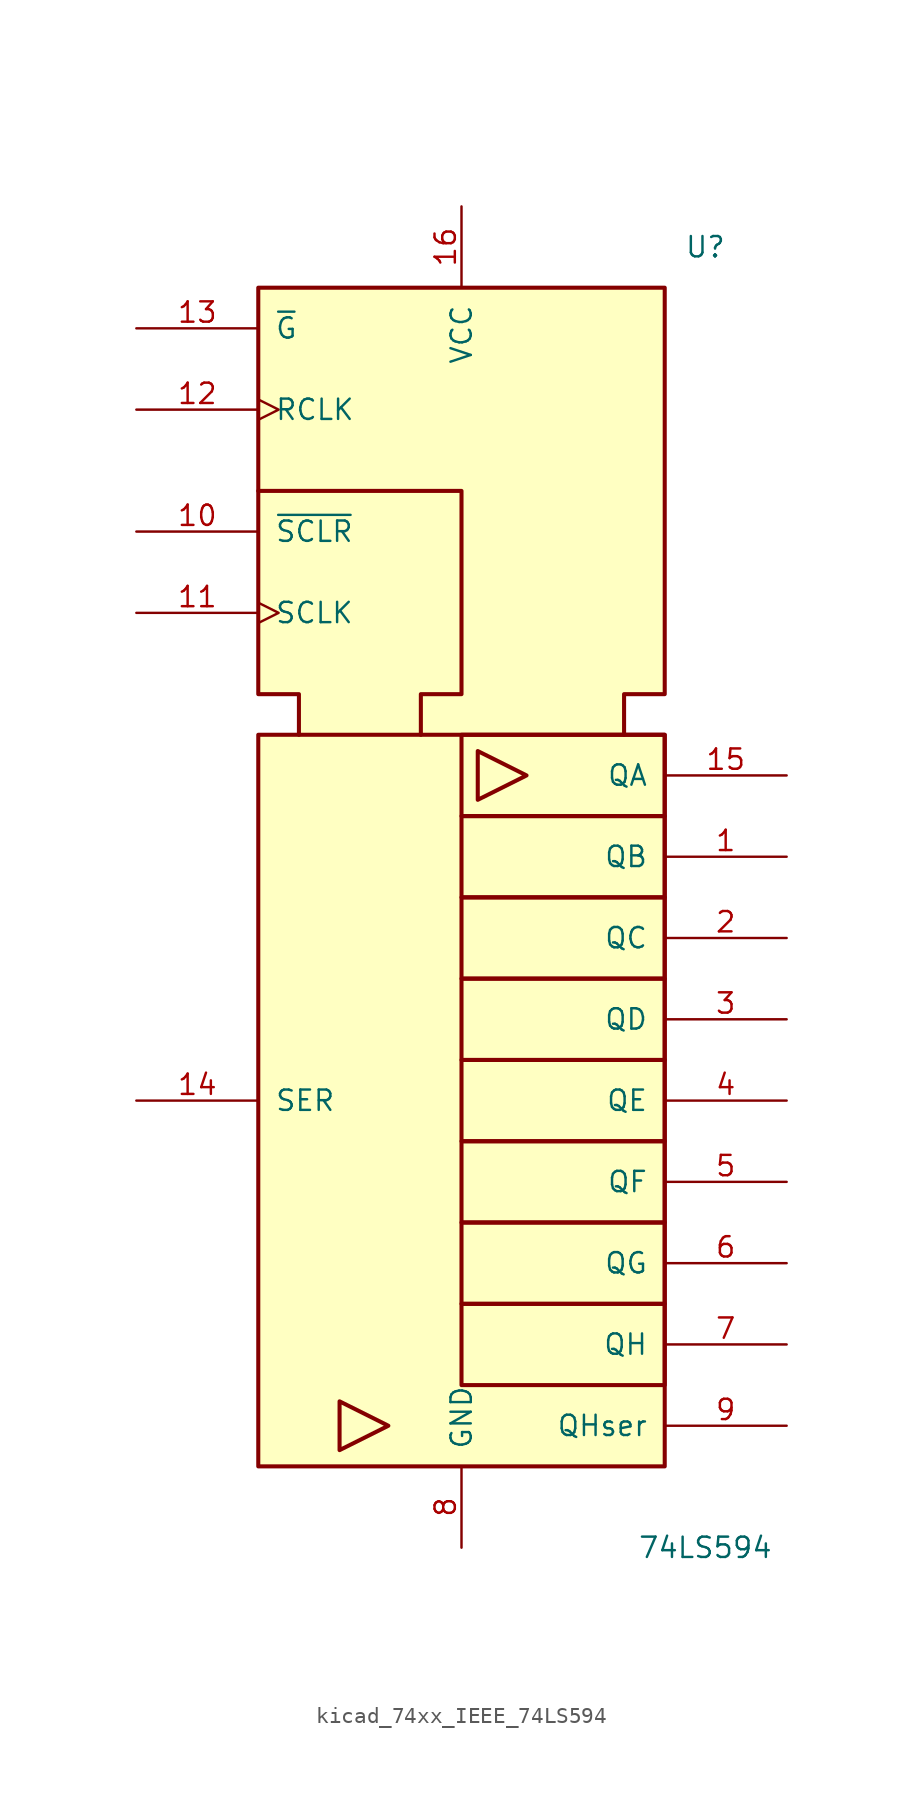
<source format=kicad_sym>
(kicad_symbol_lib
  (version 20220914)
  (generator kicad_symbol_editor)
  (symbol "kicad_74xx_IEEE_74LS594"
    (pin_names
      (offset 1.016))
    (property "Reference" "U"
      (at 15.24 33.02 0)
      (effects (font (size 1.27 1.27))))
    (property "Value" "74LS594"
      (at 15.24 -48.26 0)
      (effects (font (size 1.27 1.27))))
    (symbol "kicad_74xx_IEEE_74LS594_0_0"
      (rectangle (start -12.7 2.54) (end 12.7 -43.18) (stroke (width 0.254) (type default)) (fill (type background)))
      (rectangle (start 0 -33.02) (end 12.7 -38.1) (stroke (width 0.254) (type default)) (fill (type background)))
      (rectangle (start 0 -27.94) (end 12.7 -33.02) (stroke (width 0.254) (type default)) (fill (type background)))
      (rectangle (start 0 -22.86) (end 12.7 -27.94) (stroke (width 0.254) (type default)) (fill (type background)))
      (rectangle (start 0 -17.78) (end 12.7 -22.86) (stroke (width 0.254) (type default)) (fill (type background)))
      (rectangle (start 0 -12.7) (end 12.7 -17.78) (stroke (width 0.254) (type default)) (fill (type background)))
      (rectangle (start 0 -7.62) (end 12.7 -12.7) (stroke (width 0.254) (type default)) (fill (type background)))
      (rectangle (start 0 -2.54) (end 12.7 -7.62) (stroke (width 0.254) (type default)) (fill (type background)))
      (polyline (pts (xy -4.572 -40.64) (xy -7.62 -39.116) (xy -7.62 -42.164) (xy -4.572 -40.64) (xy -4.572 -40.64)) (stroke (width 0.254) (type default)) (fill (type background)))
      (polyline (pts (xy 1.016 1.524) (xy 1.016 -1.524) (xy 4.064 0) (xy 1.016 1.524) (xy 1.016 1.524)) (stroke (width 0.254) (type default)) (fill (type background)))
      (polyline (pts (xy -12.7 17.78) (xy 0 17.78) (xy 0 5.08) (xy -2.54 5.08) (xy -2.54 2.54) (xy -2.54 2.54)) (stroke (width 0.254) (type default)) (fill (type background)))
      (polyline (pts (xy -10.16 2.54) (xy -10.16 5.08) (xy -12.7 5.08) (xy -12.7 30.48) (xy 12.7 30.48) (xy 12.7 5.08) (xy 10.16 5.08) (xy 10.16 2.54) (xy 10.16 2.54)) (stroke (width 0.254) (type default)) (fill (type background)))
      (rectangle (start 0 2.54) (end 12.7 -2.54) (stroke (width 0.254) (type default)) (fill (type background))))
    (symbol "kicad_74xx_IEEE_74LS594_0_1"
      (pin power_in line (at 0 -48.26 90) (length 5.08) (name "GND" (effects (font (size 1.27 1.27)))) (number "8" (effects (font (size 1.27 1.27))))))
    (symbol "kicad_74xx_IEEE_74LS594_1_1"
      (pin tri_state line (at 20.32 -5.08 180) (length 7.62) (name "QB" (effects (font (size 1.27 1.27)))) (number "1" (effects (font (size 1.27 1.27)))))
      (pin input line (at -20.32 15.24 0) (length 7.62) (name "~{SCLR}" (effects (font (size 1.27 1.27)))) (number "10" (effects (font (size 1.27 1.27)))))
      (pin input clock (at -20.32 10.16 0) (length 7.62) (name "SCLK" (effects (font (size 1.27 1.27)))) (number "11" (effects (font (size 1.27 1.27)))))
      (pin input clock (at -20.32 22.86 0) (length 7.62) (name "RCLK" (effects (font (size 1.27 1.27)))) (number "12" (effects (font (size 1.27 1.27)))))
      (pin input line (at -20.32 27.94 0) (length 7.62) (name "~{G}" (effects (font (size 1.27 1.27)))) (number "13" (effects (font (size 1.27 1.27)))))
      (pin input line (at -20.32 -20.32 0) (length 7.62) (name "SER" (effects (font (size 1.27 1.27)))) (number "14" (effects (font (size 1.27 1.27)))))
      (pin tri_state line (at 20.32 0 180) (length 7.62) (name "QA" (effects (font (size 1.27 1.27)))) (number "15" (effects (font (size 1.27 1.27)))))
      (pin power_in line (at 0 35.56 270) (length 5.08) (name "VCC" (effects (font (size 1.27 1.27)))) (number "16" (effects (font (size 1.27 1.27)))))
      (pin tri_state line (at 20.32 -10.16 180) (length 7.62) (name "QC" (effects (font (size 1.27 1.27)))) (number "2" (effects (font (size 1.27 1.27)))))
      (pin tri_state line (at 20.32 -15.24 180) (length 7.62) (name "QD" (effects (font (size 1.27 1.27)))) (number "3" (effects (font (size 1.27 1.27)))))
      (pin tri_state line (at 20.32 -20.32 180) (length 7.62) (name "QE" (effects (font (size 1.27 1.27)))) (number "4" (effects (font (size 1.27 1.27)))))
      (pin tri_state line (at 20.32 -25.4 180) (length 7.62) (name "QF" (effects (font (size 1.27 1.27)))) (number "5" (effects (font (size 1.27 1.27)))))
      (pin tri_state line (at 20.32 -30.48 180) (length 7.62) (name "QG" (effects (font (size 1.27 1.27)))) (number "6" (effects (font (size 1.27 1.27)))))
      (pin tri_state line (at 20.32 -35.56 180) (length 7.62) (name "QH" (effects (font (size 1.27 1.27)))) (number "7" (effects (font (size 1.27 1.27)))))
      (pin output line (at 20.32 -40.64 180) (length 7.62) (name "QHser" (effects (font (size 1.27 1.27)))) (number "9" (effects (font (size 1.27 1.27))))))))
</source>
